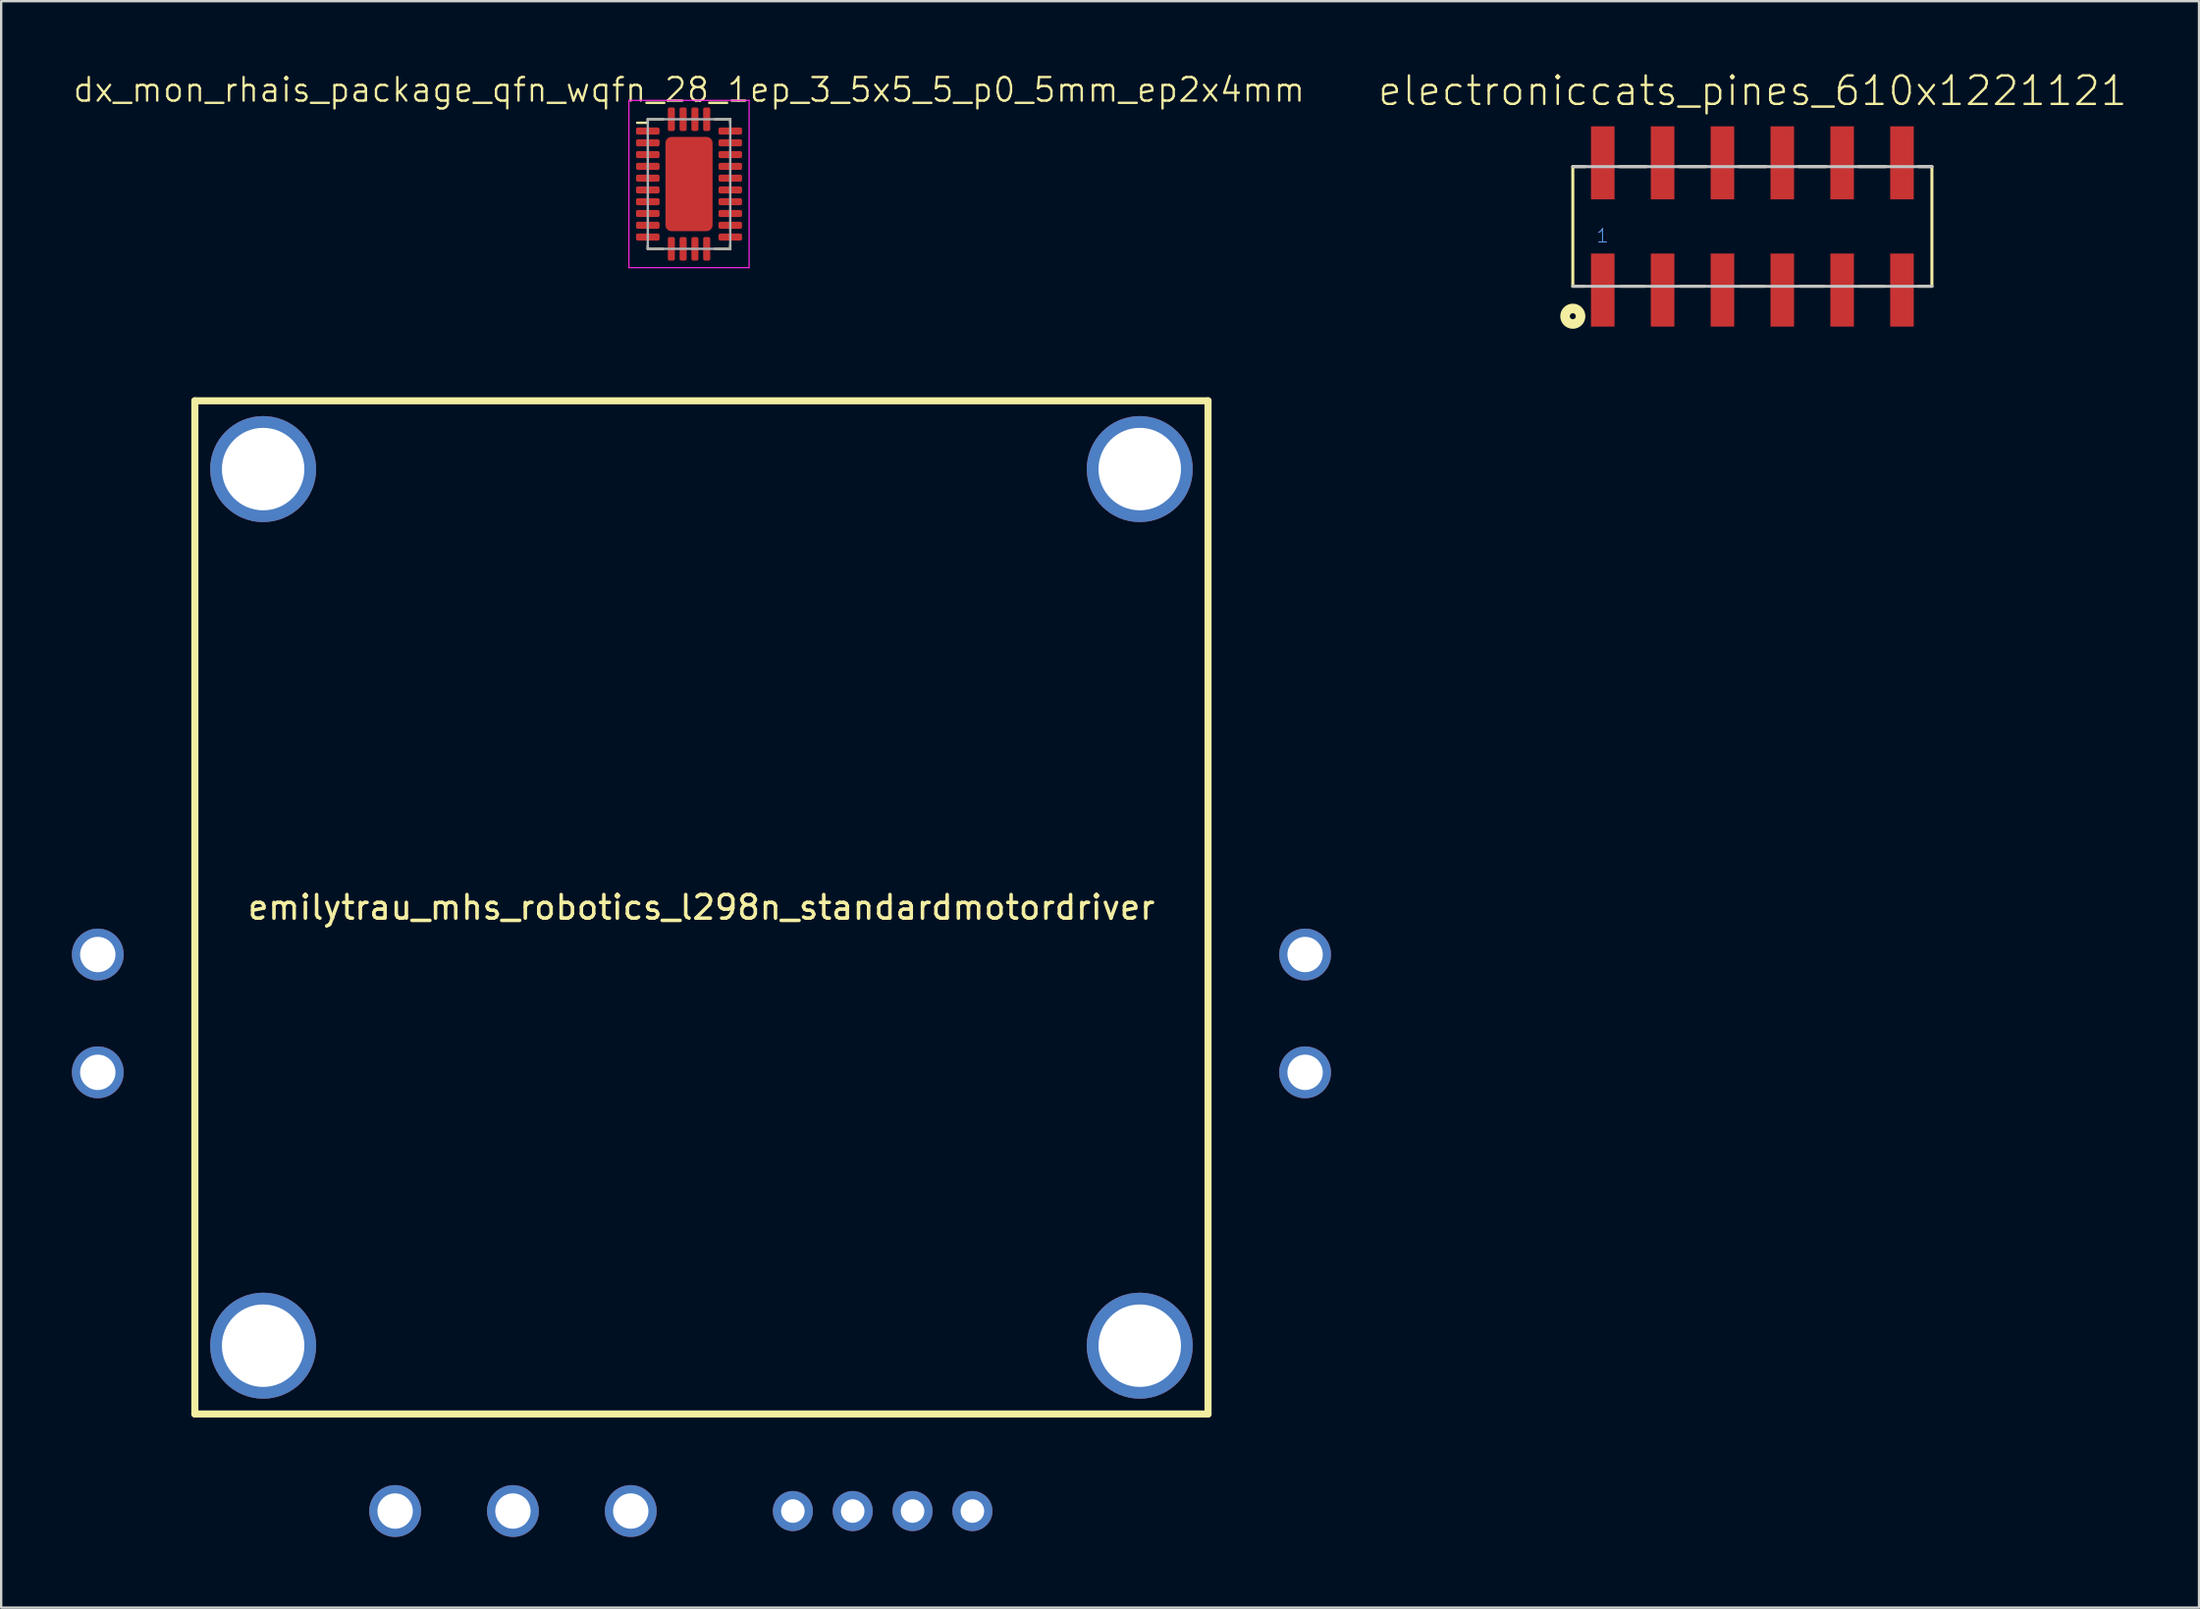
<source format=kicad_pcb>
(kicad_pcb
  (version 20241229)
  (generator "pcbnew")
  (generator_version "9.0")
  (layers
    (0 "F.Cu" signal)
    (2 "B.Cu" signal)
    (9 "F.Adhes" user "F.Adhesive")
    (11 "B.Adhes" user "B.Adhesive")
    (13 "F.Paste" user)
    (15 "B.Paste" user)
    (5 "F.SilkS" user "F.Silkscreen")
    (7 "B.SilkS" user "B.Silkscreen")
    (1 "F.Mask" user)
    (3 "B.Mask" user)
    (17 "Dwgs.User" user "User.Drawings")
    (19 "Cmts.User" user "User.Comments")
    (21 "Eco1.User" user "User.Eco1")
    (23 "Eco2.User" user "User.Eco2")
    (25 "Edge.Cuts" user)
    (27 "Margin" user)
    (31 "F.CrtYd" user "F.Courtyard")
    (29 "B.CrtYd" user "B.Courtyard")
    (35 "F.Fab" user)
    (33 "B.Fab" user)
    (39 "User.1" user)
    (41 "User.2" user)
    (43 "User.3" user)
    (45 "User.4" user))
  (footprint "dx_mon_rhais_package_qfn_wqfn_28_1ep_3_5x5_5_p0_5mm_ep2x4mm"
    (layer "F.Cu")
    (at 26.193 4.761)
    (property "Reference" "dx_mon_rhais_package_qfn_wqfn_28_1ep_3_5x5_5_p0_5mm_ep2x4mm" (at 0 -4 0) (unlocked yes) (layer "F.SilkS") (effects (font (size 1 1) (thickness 0.1))))
    (attr smd)
    (fp_line (start -1.75 -2.75) (end -1.75 -2.6) (stroke (width 0.1) (type solid)) (layer "F.SilkS"))
    (fp_line (start -1.75 -2.6) (end -2.2 -2.6) (stroke (width 0.1) (type solid)) (layer "F.SilkS"))
    (fp_line (start -1.75 2.6) (end -1.75 2.75) (stroke (width 0.1) (type solid)) (layer "F.SilkS"))
    (fp_line (start -1.75 2.75) (end -1.1 2.75) (stroke (width 0.1) (type solid)) (layer "F.SilkS"))
    (fp_line (start -1.1 -2.75) (end -1.75 -2.75) (stroke (width 0.1) (type solid)) (layer "F.SilkS"))
    (fp_line (start 1.1 -2.75) (end 1.75 -2.75) (stroke (width 0.1) (type solid)) (layer "F.SilkS"))
    (fp_line (start 1.1 2.75) (end 1.75 2.75) (stroke (width 0.1) (type solid)) (layer "F.SilkS"))
    (fp_line (start 1.75 -2.75) (end 1.75 -2.6) (stroke (width 0.1) (type solid)) (layer "F.SilkS"))
    (fp_line (start 1.75 2.75) (end 1.75 2.6) (stroke (width 0.1) (type solid)) (layer "F.SilkS"))
    (fp_poly (pts (xy -0.65 -0.4) (xy -0.25 0) (xy -0.65 0.4) (xy -0.95 0.4) (xy -0.95 -0.4)) (stroke (width 0.1) (type solid)) (fill yes) (layer "F.Paste"))
    (fp_poly (pts (xy 0.65 0.4) (xy 0.25 0) (xy 0.65 -0.4) (xy 0.95 -0.4) (xy 0.95 0.4)) (stroke (width 0.1) (type solid)) (fill yes) (layer "F.Paste"))
    (fp_poly (pts (xy -0.2 1.05) (xy -0.55 0.7) (xy -0.1 0.25) (xy 0.1 0.25) (xy 0.55 0.7) (xy 0.2 1.05)) (stroke (width 0.1) (type solid)) (fill yes) (layer "F.Paste"))
    (fp_poly (pts (xy 0.2 -1.05) (xy 0.55 -0.7) (xy 0.1 -0.25) (xy -0.1 -0.25) (xy -0.55 -0.7) (xy -0.2 -1.05)) (stroke (width 0.1) (type solid)) (fill yes) (layer "F.Paste"))
    (fp_poly (pts (xy -0.95 -1.75) (xy -0.925 -1.85) (xy -0.85 -1.925) (xy -0.75 -1.95) (xy -0.15 -1.95) (xy -0.15 -1.5) (xy -0.75 -0.9) (xy -0.95 -0.9)) (stroke (width 0.1) (type solid)) (fill yes) (layer "F.Paste"))
    (fp_poly (pts (xy -0.95 1.75) (xy -0.925 1.85) (xy -0.85 1.925) (xy -0.75 1.95) (xy -0.15 1.95) (xy -0.15 1.5) (xy -0.75 0.9) (xy -0.95 0.9)) (stroke (width 0.1) (type solid)) (fill yes) (layer "F.Paste"))
    (fp_poly (pts (xy 0.95 -1.75) (xy 0.925 -1.85) (xy 0.85 -1.925) (xy 0.75 -1.95) (xy 0.15 -1.95) (xy 0.15 -1.5) (xy 0.75 -0.9) (xy 0.95 -0.9)) (stroke (width 0.1) (type solid)) (fill yes) (layer "F.Paste"))
    (fp_poly (pts (xy 0.95 1.75) (xy 0.925 1.85) (xy 0.85 1.925) (xy 0.75 1.95) (xy 0.15 1.95) (xy 0.15 1.5) (xy 0.75 0.9) (xy 0.95 0.9)) (stroke (width 0.1) (type solid)) (fill yes) (layer "F.Paste"))
    (fp_line (start -2.55 -3.55) (end 2.55 -3.55) (stroke (width 0.05) (type solid)) (layer "F.CrtYd"))
    (fp_line (start -2.55 3.55) (end -2.55 -3.55) (stroke (width 0.05) (type solid)) (layer "F.CrtYd"))
    (fp_line (start 2.55 -3.55) (end 2.55 3.55) (stroke (width 0.05) (type solid)) (layer "F.CrtYd"))
    (fp_line (start 2.55 3.55) (end -2.55 3.55) (stroke (width 0.05) (type solid)) (layer "F.CrtYd"))
    (fp_line (start -1.75 -2.75) (end 1.75 -2.75) (stroke (width 0.1) (type solid)) (layer "F.Fab"))
    (fp_line (start -1.75 2.75) (end -1.75 -2.75) (stroke (width 0.1) (type solid)) (layer "F.Fab"))
    (fp_line (start 1.75 -2.75) (end 1.75 2.75) (stroke (width 0.1) (type solid)) (layer "F.Fab"))
    (fp_line (start 1.75 2.75) (end -1.75 2.75) (stroke (width 0.1) (type solid)) (layer "F.Fab"))
    (pad "1" smd roundrect (at -1.75 -2.25) (size 1 0.3) (layers "F.Cu" "F.Mask" "F.Paste") (roundrect_rratio 0.25))
    (pad "2" smd roundrect (at -1.75 -1.75) (size 1 0.3) (layers "F.Cu" "F.Mask" "F.Paste") (roundrect_rratio 0.25))
    (pad "3" smd roundrect (at -1.75 -1.25) (size 1 0.3) (layers "F.Cu" "F.Mask" "F.Paste") (roundrect_rratio 0.25))
    (pad "4" smd roundrect (at -1.75 -0.75) (size 1 0.3) (layers "F.Cu" "F.Mask" "F.Paste") (roundrect_rratio 0.25))
    (pad "5" smd roundrect (at -1.75 -0.25) (size 1 0.3) (layers "F.Cu" "F.Mask" "F.Paste") (roundrect_rratio 0.25))
    (pad "6" smd roundrect (at -1.75 0.25) (size 1 0.3) (layers "F.Cu" "F.Mask" "F.Paste") (roundrect_rratio 0.25))
    (pad "7" smd roundrect (at -1.75 0.75) (size 1 0.3) (layers "F.Cu" "F.Mask" "F.Paste") (roundrect_rratio 0.25))
    (pad "8" smd roundrect (at -1.75 1.25) (size 1 0.3) (layers "F.Cu" "F.Mask" "F.Paste") (roundrect_rratio 0.25))
    (pad "9" smd roundrect (at -1.75 1.75) (size 1 0.3) (layers "F.Cu" "F.Mask" "F.Paste") (roundrect_rratio 0.25))
    (pad "10" smd roundrect (at -1.75 2.25) (size 1 0.3) (layers "F.Cu" "F.Mask" "F.Paste") (roundrect_rratio 0.25))
    (pad "11" smd roundrect (at -0.75 2.75 90) (size 1 0.3) (layers "F.Cu" "F.Mask" "F.Paste") (roundrect_rratio 0.25))
    (pad "12" smd roundrect (at -0.25 2.75 90) (size 1 0.3) (layers "F.Cu" "F.Mask" "F.Paste") (roundrect_rratio 0.25))
    (pad "13" smd roundrect (at 0.25 2.75 90) (size 1 0.3) (layers "F.Cu" "F.Mask" "F.Paste") (roundrect_rratio 0.25))
    (pad "14" smd roundrect (at 0.75 2.75 90) (size 1 0.3) (layers "F.Cu" "F.Mask" "F.Paste") (roundrect_rratio 0.25))
    (pad "15" smd roundrect (at 1.75 2.25) (size 1 0.3) (layers "F.Cu" "F.Mask" "F.Paste") (roundrect_rratio 0.25))
    (pad "16" smd roundrect (at 1.75 1.75) (size 1 0.3) (layers "F.Cu" "F.Mask" "F.Paste") (roundrect_rratio 0.25))
    (pad "17" smd roundrect (at 1.75 1.25) (size 1 0.3) (layers "F.Cu" "F.Mask" "F.Paste") (roundrect_rratio 0.25))
    (pad "18" smd roundrect (at 1.75 0.75) (size 1 0.3) (layers "F.Cu" "F.Mask" "F.Paste") (roundrect_rratio 0.25))
    (pad "19" smd roundrect (at 1.75 0.25) (size 1 0.3) (layers "F.Cu" "F.Mask" "F.Paste") (roundrect_rratio 0.25))
    (pad "20" smd roundrect (at 1.75 -0.25) (size 1 0.3) (layers "F.Cu" "F.Mask" "F.Paste") (roundrect_rratio 0.25))
    (pad "21" smd roundrect (at 1.75 -0.75) (size 1 0.3) (layers "F.Cu" "F.Mask" "F.Paste") (roundrect_rratio 0.25))
    (pad "22" smd roundrect (at 1.75 -1.25) (size 1 0.3) (layers "F.Cu" "F.Mask" "F.Paste") (roundrect_rratio 0.25))
    (pad "23" smd roundrect (at 1.75 -1.75) (size 1 0.3) (layers "F.Cu" "F.Mask" "F.Paste") (roundrect_rratio 0.25))
    (pad "24" smd roundrect (at 1.75 -2.25) (size 1 0.3) (layers "F.Cu" "F.Mask" "F.Paste") (roundrect_rratio 0.25))
    (pad "25" smd roundrect (at 0.75 -2.75 90) (size 1 0.3) (layers "F.Cu" "F.Mask" "F.Paste") (roundrect_rratio 0.25))
    (pad "26" smd roundrect (at 0.25 -2.75 90) (size 1 0.3) (layers "F.Cu" "F.Mask" "F.Paste") (roundrect_rratio 0.25))
    (pad "27" smd roundrect (at -0.25 -2.75 90) (size 1 0.3) (layers "F.Cu" "F.Mask" "F.Paste") (roundrect_rratio 0.25))
    (pad "28" smd roundrect (at -0.75 -2.75 90) (size 1 0.3) (layers "F.Cu" "F.Mask" "F.Paste") (roundrect_rratio 0.25))
    (pad "29" smd roundrect (at 0 0) (size 2 4) (layers "F.Cu" "F.Mask") (roundrect_rratio 0.125)))
  (footprint "emilytrau_mhs_robotics_l298n_standardmotordriver"
    (layer "F.Cu")
    (at 26.72 35.461)
    (property "Reference" "emilytrau_mhs_robotics_l298n_standardmotordriver" (at 0 0 0) (layer "F.SilkS") (effects (font (size 1 1) (thickness 0.15))))
    (attr through_hole)
    (fp_line (start -21.5 -21.5) (end -21.5 21.5) (stroke (width 0.3) (type solid)) (layer "F.SilkS"))
    (fp_line (start -21.5 21.5) (end 21.5 21.5) (stroke (width 0.3) (type solid)) (layer "F.SilkS"))
    (fp_line (start 21.5 -21.5) (end -21.5 -21.5) (stroke (width 0.3) (type solid)) (layer "F.SilkS"))
    (fp_line (start 21.5 21.5) (end 21.5 -21.5) (stroke (width 0.3) (type solid)) (layer "F.SilkS"))
    (pad "" thru_hole circle (at -18.602 -18.602) (size 4.5 4.5) (drill 3.5) (layers "*.Cu" "*.Mask"))
    (pad "" thru_hole circle (at -18.602 18.602) (size 4.5 4.5) (drill 3.5) (layers "*.Cu" "*.Mask"))
    (pad "" thru_hole circle (at 18.602 -18.602) (size 4.5 4.5) (drill 3.5) (layers "*.Cu" "*.Mask"))
    (pad "" thru_hole circle (at 18.602 18.602) (size 4.5 4.5) (drill 3.5) (layers "*.Cu" "*.Mask"))
    (pad "1" thru_hole circle (at 3.88 25.62) (size 1.7 1.7) (drill 1) (layers "*.Cu" "*.Mask"))
    (pad "2" thru_hole circle (at 6.42 25.62) (size 1.7 1.7) (drill 1) (layers "*.Cu" "*.Mask"))
    (pad "3" thru_hole circle (at 8.96 25.62) (size 1.7 1.7) (drill 1) (layers "*.Cu" "*.Mask"))
    (pad "4" thru_hole circle (at 11.5 25.62) (size 1.7 1.7) (drill 1) (layers "*.Cu" "*.Mask"))
    (pad "5" thru_hole circle (at -25.62 2) (size 2.2 2.2) (drill 1.5) (layers "*.Cu" "*.Mask"))
    (pad "6" thru_hole circle (at -25.62 7) (size 2.2 2.2) (drill 1.5) (layers "*.Cu" "*.Mask"))
    (pad "7" thru_hole circle (at 25.62 2) (size 2.2 2.2) (drill 1.5) (layers "*.Cu" "*.Mask"))
    (pad "8" thru_hole circle (at 25.62 7) (size 2.2 2.2) (drill 1.5) (layers "*.Cu" "*.Mask"))
    (pad "9" thru_hole circle (at -13 25.62) (size 2.2 2.2) (drill 1.5) (layers "*.Cu" "*.Mask"))
    (pad "10" thru_hole circle (at -8 25.62) (size 2.2 2.2) (drill 1.5) (layers "*.Cu" "*.Mask"))
    (pad "11" thru_hole circle (at -3 25.62) (size 2.2 2.2) (drill 1.5) (layers "*.Cu" "*.Mask")))
  (footprint "electroniccats_pines_610x1221121"
    (layer "F.Cu")
    (at 71.322 6.561)
    (property "Reference" "electroniccats_pines_610x1221121" (at 0.01 -5.05 0) (layer "F.SilkS") (effects (font (size 1.206 1.206) (thickness 0.102)) (justify bottom)))
    (attr through_hole)
    (fp_line (start -7.62 -2.54) (end -7.62 2.54) (stroke (width 0.127) (type solid)) (layer "F.SilkS"))
    (fp_line (start -7.12 2.54) (end -7.62 2.54) (stroke (width 0.127) (type solid)) (layer "F.SilkS"))
    (fp_line (start -7.09 -2.54) (end -7.62 -2.54) (stroke (width 0.127) (type solid)) (layer "F.SilkS"))
    (fp_line (start -5.65 -2.54) (end -4.5 -2.54) (stroke (width 0.127) (type solid)) (layer "F.SilkS"))
    (fp_line (start -5.59 2.54) (end -4.57 2.54) (stroke (width 0.127) (type solid)) (layer "F.SilkS"))
    (fp_line (start -3.11 -2.54) (end -1.96 -2.54) (stroke (width 0.127) (type solid)) (layer "F.SilkS"))
    (fp_line (start -3.05 2.54) (end -2.03 2.54) (stroke (width 0.127) (type solid)) (layer "F.SilkS"))
    (fp_line (start -0.57 -2.54) (end 0.58 -2.54) (stroke (width 0.127) (type solid)) (layer "F.SilkS"))
    (fp_line (start -0.51 2.54) (end 0.51 2.54) (stroke (width 0.127) (type solid)) (layer "F.SilkS"))
    (fp_line (start 1.97 -2.54) (end 3.12 -2.54) (stroke (width 0.127) (type solid)) (layer "F.SilkS"))
    (fp_line (start 2.03 2.54) (end 3.05 2.54) (stroke (width 0.127) (type solid)) (layer "F.SilkS"))
    (fp_line (start 4.51 -2.54) (end 5.66 -2.54) (stroke (width 0.127) (type solid)) (layer "F.SilkS"))
    (fp_line (start 4.57 2.54) (end 5.59 2.54) (stroke (width 0.127) (type solid)) (layer "F.SilkS"))
    (fp_line (start 7.04 2.54) (end 7.62 2.54) (stroke (width 0.127) (type solid)) (layer "F.SilkS"))
    (fp_line (start 7.06 -2.54) (end 7.62 -2.54) (stroke (width 0.127) (type solid)) (layer "F.SilkS"))
    (fp_line (start 7.62 2.54) (end 7.62 -2.54) (stroke (width 0.127) (type solid)) (layer "F.SilkS"))
    (fp_circle (center -7.62 3.81) (end -7.493 3.81) (stroke (width 0.406) (type solid)) (fill no) (layer "F.SilkS"))
    (fp_line (start -7.62 2.54) (end 7.62 2.54) (stroke (width 0.127) (type solid)) (layer "Dwgs.User"))
    (fp_line (start 7.62 -2.54) (end -7.62 -2.54) (stroke (width 0.127) (type solid)) (layer "Dwgs.User"))
    (fp_text user "1" (at -6.66 0.73 0) (layer "Cmts.User") (effects (font (size 0.57 0.57) (thickness 0.048)) (justify left bottom)))
    (pad "1" smd rect (at -6.35 2.7 90) (size 3.1 1) (layers "F.Cu" "F.Mask" "F.Paste"))
    (pad "2" smd rect (at -6.35 -2.7 90) (size 3.1 1) (layers "F.Cu" "F.Mask" "F.Paste"))
    (pad "3" smd rect (at -3.81 2.7 90) (size 3.1 1) (layers "F.Cu" "F.Mask" "F.Paste"))
    (pad "4" smd rect (at -3.81 -2.7 90) (size 3.1 1) (layers "F.Cu" "F.Mask" "F.Paste"))
    (pad "5" smd rect (at -1.27 2.7 90) (size 3.1 1) (layers "F.Cu" "F.Mask" "F.Paste"))
    (pad "6" smd rect (at -1.27 -2.7 90) (size 3.1 1) (layers "F.Cu" "F.Mask" "F.Paste"))
    (pad "7" smd rect (at 1.27 2.7 90) (size 3.1 1) (layers "F.Cu" "F.Mask" "F.Paste"))
    (pad "8" smd rect (at 1.27 -2.7 90) (size 3.1 1) (layers "F.Cu" "F.Mask" "F.Paste"))
    (pad "9" smd rect (at 3.81 2.7 90) (size 3.1 1) (layers "F.Cu" "F.Mask" "F.Paste"))
    (pad "10" smd rect (at 3.81 -2.7 90) (size 3.1 1) (layers "F.Cu" "F.Mask" "F.Paste"))
    (pad "11" smd rect (at 6.35 2.7 90) (size 3.1 1) (layers "F.Cu" "F.Mask" "F.Paste"))
    (pad "12" smd rect (at 6.35 -2.7 90) (size 3.1 1) (layers "F.Cu" "F.Mask" "F.Paste")))
  (gr_rect
    (start -3 -3)
    (end 90.278 65.181)
    (stroke (width 0.1) (type default))
    (fill no)
    (layer "Edge.Cuts")))
</source>
